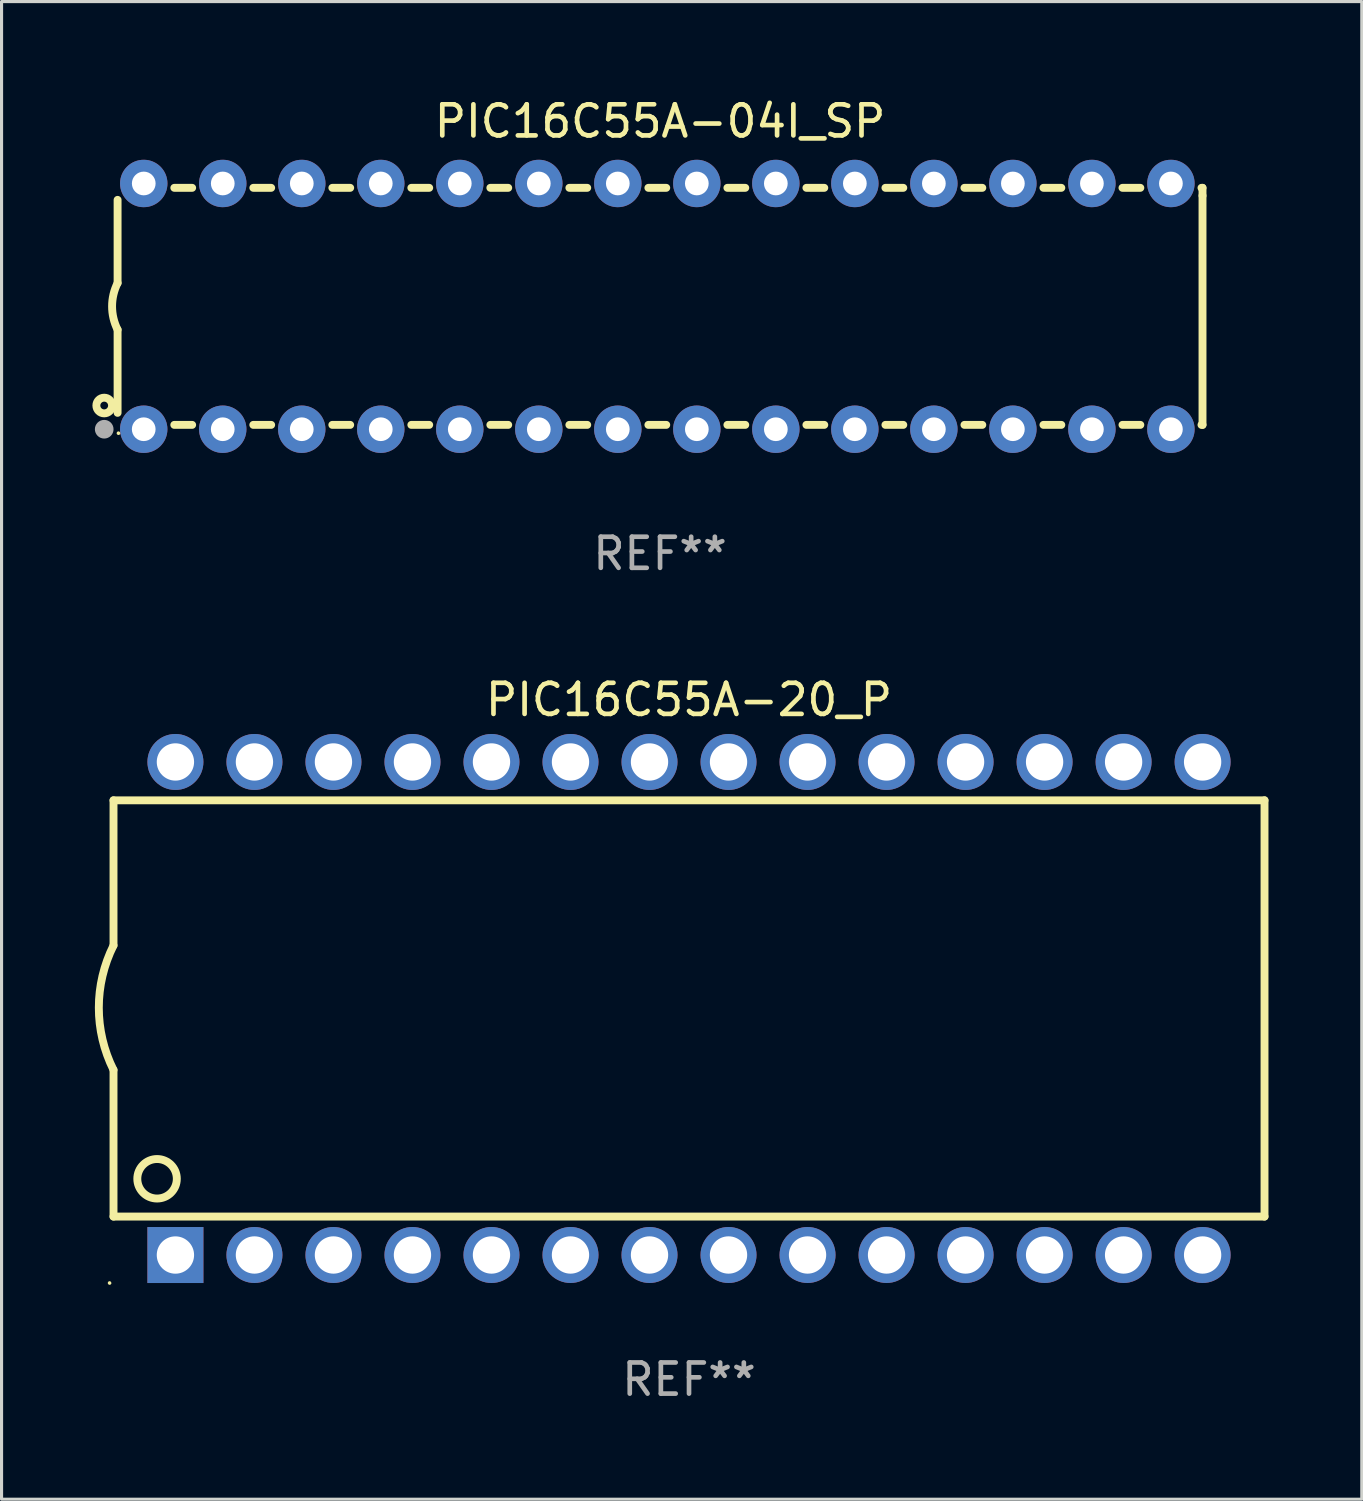
<source format=kicad_pcb>
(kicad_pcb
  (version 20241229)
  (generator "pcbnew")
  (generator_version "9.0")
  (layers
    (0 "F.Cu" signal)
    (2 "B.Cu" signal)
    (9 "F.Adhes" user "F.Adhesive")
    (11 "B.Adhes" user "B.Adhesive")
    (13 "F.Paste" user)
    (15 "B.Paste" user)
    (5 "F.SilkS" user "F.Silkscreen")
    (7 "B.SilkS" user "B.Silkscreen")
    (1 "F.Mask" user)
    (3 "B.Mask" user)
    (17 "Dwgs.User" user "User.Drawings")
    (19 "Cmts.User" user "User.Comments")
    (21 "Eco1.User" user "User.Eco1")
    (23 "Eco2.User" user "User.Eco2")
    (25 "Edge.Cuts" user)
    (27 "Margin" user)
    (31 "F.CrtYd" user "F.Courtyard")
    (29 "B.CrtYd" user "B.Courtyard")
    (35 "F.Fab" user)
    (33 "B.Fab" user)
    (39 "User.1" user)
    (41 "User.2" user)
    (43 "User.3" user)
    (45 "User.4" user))
  (footprint "PIC16C55A-04I_SP"
    (layer "F.Cu")
    (at 18.168 6.798)
    (property "Reference" "PIC16C55A-04I_SP" (at 0 -5.95 0) (layer "F.SilkS") (effects (font (size 1 1) (thickness 0.15))))
    (attr through_hole)
    (fp_line (start -17.438 0.75) (end -17.438 3.423) (stroke (width 0.254) (type solid)) (layer "F.SilkS"))
    (fp_line (start -17.438 -3.423) (end -17.438 -0.75) (stroke (width 0.254) (type solid)) (layer "F.SilkS"))
    (fp_line (start -15.615 3.81) (end -15.041 3.81) (stroke (width 0.254) (type solid)) (layer "F.SilkS"))
    (fp_line (start -15.041 -3.81) (end -15.614 -3.81) (stroke (width 0.254) (type solid)) (layer "F.SilkS"))
    (fp_line (start -13.075 3.81) (end -12.501 3.81) (stroke (width 0.254) (type solid)) (layer "F.SilkS"))
    (fp_line (start -12.501 -3.81) (end -13.074 -3.81) (stroke (width 0.254) (type solid)) (layer "F.SilkS"))
    (fp_line (start -10.535 3.81) (end -9.961 3.81) (stroke (width 0.254) (type solid)) (layer "F.SilkS"))
    (fp_line (start -9.961 -3.81) (end -10.534 -3.81) (stroke (width 0.254) (type solid)) (layer "F.SilkS"))
    (fp_line (start -7.995 3.81) (end -7.421 3.81) (stroke (width 0.254) (type solid)) (layer "F.SilkS"))
    (fp_line (start -7.421 -3.81) (end -7.995 -3.81) (stroke (width 0.254) (type solid)) (layer "F.SilkS"))
    (fp_line (start -5.455 3.81) (end -4.881 3.81) (stroke (width 0.254) (type solid)) (layer "F.SilkS"))
    (fp_line (start -4.881 -3.81) (end -5.455 -3.81) (stroke (width 0.254) (type solid)) (layer "F.SilkS"))
    (fp_line (start -2.915 3.81) (end -2.341 3.81) (stroke (width 0.254) (type solid)) (layer "F.SilkS"))
    (fp_line (start -2.341 -3.81) (end -2.915 -3.81) (stroke (width 0.254) (type solid)) (layer "F.SilkS"))
    (fp_line (start -0.375 3.81) (end 0.199 3.81) (stroke (width 0.254) (type solid)) (layer "F.SilkS"))
    (fp_line (start 0.199 -3.81) (end -0.375 -3.81) (stroke (width 0.254) (type solid)) (layer "F.SilkS"))
    (fp_line (start 2.165 3.81) (end 2.739 3.81) (stroke (width 0.254) (type solid)) (layer "F.SilkS"))
    (fp_line (start 2.739 -3.81) (end 2.165 -3.81) (stroke (width 0.254) (type solid)) (layer "F.SilkS"))
    (fp_line (start 4.705 3.81) (end 5.279 3.81) (stroke (width 0.254) (type solid)) (layer "F.SilkS"))
    (fp_line (start 5.279 -3.81) (end 4.705 -3.81) (stroke (width 0.254) (type solid)) (layer "F.SilkS"))
    (fp_line (start 7.245 3.81) (end 7.819 3.81) (stroke (width 0.254) (type solid)) (layer "F.SilkS"))
    (fp_line (start 7.819 -3.81) (end 7.245 -3.81) (stroke (width 0.254) (type solid)) (layer "F.SilkS"))
    (fp_line (start 9.785 3.81) (end 10.359 3.81) (stroke (width 0.254) (type solid)) (layer "F.SilkS"))
    (fp_line (start 10.359 -3.81) (end 9.785 -3.81) (stroke (width 0.254) (type solid)) (layer "F.SilkS"))
    (fp_line (start 12.325 3.81) (end 12.899 3.81) (stroke (width 0.254) (type solid)) (layer "F.SilkS"))
    (fp_line (start 12.899 -3.81) (end 12.325 -3.81) (stroke (width 0.254) (type solid)) (layer "F.SilkS"))
    (fp_line (start 14.865 3.81) (end 15.439 3.81) (stroke (width 0.254) (type solid)) (layer "F.SilkS"))
    (fp_line (start 15.439 -3.81) (end 14.865 -3.81) (stroke (width 0.254) (type solid)) (layer "F.SilkS"))
    (fp_line (start 17.405 3.81) (end 17.438 3.81) (stroke (width 0.254) (type solid)) (layer "F.SilkS"))
    (fp_line (start 17.438 -3.81) (end 17.405 -3.81) (stroke (width 0.254) (type solid)) (layer "F.SilkS"))
    (fp_line (start 17.438 -3.556) (end 17.438 -3.81) (stroke (width 0.254) (type solid)) (layer "F.SilkS"))
    (fp_line (start 17.438 3.81) (end 17.438 -3.556) (stroke (width 0.254) (type solid)) (layer "F.SilkS"))
    (fp_arc (start -17.437986 0.749657) (mid -17.614887 -0.000024) (end -17.437783 -0.749657) (stroke (width 0.254001) (type solid)) (layer "F.SilkS"))
    (fp_circle (center -17.868 3.188) (end -17.743 3.188) (stroke (width 0.254) (type solid)) (fill no) (layer "F.SilkS"))
    (fp_circle (center -17.411 4.077) (end -17.381 4.077) (stroke (width 0.06) (type solid)) (fill no) (layer "F.SilkS"))
    (fp_circle (center -17.868 3.95) (end -17.718 3.95) (stroke (width 0.3) (type solid)) (fill no) (layer "F.Fab"))
    (fp_text user "REF**" (at 0 7.95 0) (layer "F.Fab") (effects (font (size 1 1) (thickness 0.15))))
    (pad "1" thru_hole circle (at -16.598 3.95) (size 1.524 1.524) (drill 0.762) (layers "*.Cu" "*.Mask"))
    (pad "2" thru_hole circle (at -14.058 3.95) (size 1.524 1.524) (drill 0.762) (layers "*.Cu" "*.Mask"))
    (pad "3" thru_hole circle (at -11.518 3.95) (size 1.524 1.524) (drill 0.762) (layers "*.Cu" "*.Mask"))
    (pad "4" thru_hole circle (at -8.978 3.95) (size 1.524 1.524) (drill 0.762) (layers "*.Cu" "*.Mask"))
    (pad "5" thru_hole circle (at -6.438 3.95) (size 1.524 1.524) (drill 0.762) (layers "*.Cu" "*.Mask"))
    (pad "6" thru_hole circle (at -3.898 3.95) (size 1.524 1.524) (drill 0.762) (layers "*.Cu" "*.Mask"))
    (pad "7" thru_hole circle (at -1.358 3.95) (size 1.524 1.524) (drill 0.762) (layers "*.Cu" "*.Mask"))
    (pad "8" thru_hole circle (at 1.182 3.95) (size 1.524 1.524) (drill 0.762) (layers "*.Cu" "*.Mask"))
    (pad "9" thru_hole circle (at 3.722 3.95) (size 1.524 1.524) (drill 0.762) (layers "*.Cu" "*.Mask"))
    (pad "10" thru_hole circle (at 6.262 3.95) (size 1.524 1.524) (drill 0.762) (layers "*.Cu" "*.Mask"))
    (pad "11" thru_hole circle (at 8.802 3.95) (size 1.524 1.524) (drill 0.762) (layers "*.Cu" "*.Mask"))
    (pad "12" thru_hole circle (at 11.342 3.95) (size 1.524 1.524) (drill 0.762) (layers "*.Cu" "*.Mask"))
    (pad "13" thru_hole circle (at 13.882 3.95) (size 1.524 1.524) (drill 0.762) (layers "*.Cu" "*.Mask"))
    (pad "14" thru_hole circle (at 16.422 3.95) (size 1.524 1.524) (drill 0.762) (layers "*.Cu" "*.Mask"))
    (pad "15" thru_hole circle (at 16.422 -3.95) (size 1.524 1.524) (drill 0.762) (layers "*.Cu" "*.Mask"))
    (pad "16" thru_hole circle (at 13.882 -3.95) (size 1.524 1.524) (drill 0.762) (layers "*.Cu" "*.Mask"))
    (pad "17" thru_hole circle (at 11.342 -3.95) (size 1.524 1.524) (drill 0.762) (layers "*.Cu" "*.Mask"))
    (pad "18" thru_hole circle (at 8.802 -3.95) (size 1.524 1.524) (drill 0.762) (layers "*.Cu" "*.Mask"))
    (pad "19" thru_hole circle (at 6.262 -3.95) (size 1.524 1.524) (drill 0.762) (layers "*.Cu" "*.Mask"))
    (pad "20" thru_hole circle (at 3.722 -3.95) (size 1.524 1.524) (drill 0.762) (layers "*.Cu" "*.Mask"))
    (pad "21" thru_hole circle (at 1.182 -3.95) (size 1.524 1.524) (drill 0.762) (layers "*.Cu" "*.Mask"))
    (pad "22" thru_hole circle (at -1.358 -3.95) (size 1.524 1.524) (drill 0.762) (layers "*.Cu" "*.Mask"))
    (pad "23" thru_hole circle (at -3.898 -3.95) (size 1.524 1.524) (drill 0.762) (layers "*.Cu" "*.Mask"))
    (pad "24" thru_hole circle (at -6.438 -3.95) (size 1.524 1.524) (drill 0.762) (layers "*.Cu" "*.Mask"))
    (pad "25" thru_hole circle (at -8.978 -3.95) (size 1.524 1.524) (drill 0.762) (layers "*.Cu" "*.Mask"))
    (pad "26" thru_hole circle (at -11.517 -3.95) (size 1.524 1.524) (drill 0.762) (layers "*.Cu" "*.Mask"))
    (pad "27" thru_hole circle (at -14.057 -3.95) (size 1.524 1.524) (drill 0.762) (layers "*.Cu" "*.Mask"))
    (pad "28" thru_hole circle (at -16.597 -3.95) (size 1.524 1.524) (drill 0.762) (layers "*.Cu" "*.Mask")))
  (footprint "PIC16C55A-20_P"
    (layer "F.Cu")
    (at 19.099 29.369)
    (property "Reference" "PIC16C55A-20_P" (at 0 -9.925 0) (layer "F.SilkS") (effects (font (size 1 1) (thickness 0.15))))
    (attr through_hole)
    (fp_line (start -18.5 -6.692) (end -18.5 -2.026) (stroke (width 0.254) (type solid)) (layer "F.SilkS"))
    (fp_line (start -18.5 6.689) (end -18.5 1.974) (stroke (width 0.254) (type solid)) (layer "F.SilkS"))
    (fp_line (start -18.5 6.689) (end 18.5 6.689) (stroke (width 0.254) (type solid)) (layer "F.SilkS"))
    (fp_line (start 18.5 -6.692) (end -18.5 -6.692) (stroke (width 0.254) (type solid)) (layer "F.SilkS"))
    (fp_line (start 18.5 6.689) (end 18.5 -6.692) (stroke (width 0.254) (type solid)) (layer "F.SilkS"))
    (fp_arc (start -18.500051 1.974346) (mid -18.972187 -0.025654) (end -18.500051 -2.025654) (stroke (width 0.254001) (type solid)) (layer "F.SilkS"))
    (fp_circle (center -18.627 8.824) (end -18.597 8.824) (stroke (width 0.06) (type solid)) (fill no) (layer "F.SilkS"))
    (fp_circle (center -17.1 5.474) (end -16.465 5.474) (stroke (width 0.254) (type solid)) (fill no) (layer "F.SilkS"))
    (fp_text user "REF**" (at 0 11.925 0) (layer "F.Fab") (effects (font (size 1 1) (thickness 0.15))))
    (pad "1" thru_hole rect (at -16.51 7.925) (size 1.8 1.8) (drill 1.2) (layers "*.Cu" "*.Mask"))
    (pad "2" thru_hole circle (at -13.97 7.924) (size 1.8 1.8) (drill 1.2) (layers "*.Cu" "*.Mask"))
    (pad "3" thru_hole circle (at -11.43 7.924) (size 1.8 1.8) (drill 1.2) (layers "*.Cu" "*.Mask"))
    (pad "4" thru_hole circle (at -8.89 7.924) (size 1.8 1.8) (drill 1.2) (layers "*.Cu" "*.Mask"))
    (pad "5" thru_hole circle (at -6.35 7.924) (size 1.8 1.8) (drill 1.2) (layers "*.Cu" "*.Mask"))
    (pad "6" thru_hole circle (at -3.81 7.924) (size 1.8 1.8) (drill 1.2) (layers "*.Cu" "*.Mask"))
    (pad "7" thru_hole circle (at -1.27 7.924) (size 1.8 1.8) (drill 1.2) (layers "*.Cu" "*.Mask"))
    (pad "8" thru_hole circle (at 1.27 7.924) (size 1.8 1.8) (drill 1.2) (layers "*.Cu" "*.Mask"))
    (pad "9" thru_hole circle (at 3.81 7.924) (size 1.8 1.8) (drill 1.2) (layers "*.Cu" "*.Mask"))
    (pad "10" thru_hole circle (at 6.35 7.924) (size 1.8 1.8) (drill 1.2) (layers "*.Cu" "*.Mask"))
    (pad "11" thru_hole circle (at 8.89 7.924) (size 1.8 1.8) (drill 1.2) (layers "*.Cu" "*.Mask"))
    (pad "12" thru_hole circle (at 11.43 7.924) (size 1.8 1.8) (drill 1.2) (layers "*.Cu" "*.Mask"))
    (pad "13" thru_hole circle (at 13.97 7.924) (size 1.8 1.8) (drill 1.2) (layers "*.Cu" "*.Mask"))
    (pad "14" thru_hole circle (at 16.51 7.924) (size 1.8 1.8) (drill 1.2) (layers "*.Cu" "*.Mask"))
    (pad "15" thru_hole circle (at 16.51 -7.925) (size 1.8 1.8) (drill 1.2) (layers "*.Cu" "*.Mask"))
    (pad "16" thru_hole circle (at 13.97 -7.925) (size 1.8 1.8) (drill 1.2) (layers "*.Cu" "*.Mask"))
    (pad "17" thru_hole circle (at 11.43 -7.925) (size 1.8 1.8) (drill 1.2) (layers "*.Cu" "*.Mask"))
    (pad "18" thru_hole circle (at 8.89 -7.925) (size 1.8 1.8) (drill 1.2) (layers "*.Cu" "*.Mask"))
    (pad "19" thru_hole circle (at 6.35 -7.925) (size 1.8 1.8) (drill 1.2) (layers "*.Cu" "*.Mask"))
    (pad "20" thru_hole circle (at 3.81 -7.925) (size 1.8 1.8) (drill 1.2) (layers "*.Cu" "*.Mask"))
    (pad "21" thru_hole circle (at 1.27 -7.925) (size 1.8 1.8) (drill 1.2) (layers "*.Cu" "*.Mask"))
    (pad "22" thru_hole circle (at -1.27 -7.925) (size 1.8 1.8) (drill 1.2) (layers "*.Cu" "*.Mask"))
    (pad "23" thru_hole circle (at -3.81 -7.925) (size 1.8 1.8) (drill 1.2) (layers "*.Cu" "*.Mask"))
    (pad "24" thru_hole circle (at -6.35 -7.925) (size 1.8 1.8) (drill 1.2) (layers "*.Cu" "*.Mask"))
    (pad "25" thru_hole circle (at -8.89 -7.925) (size 1.8 1.8) (drill 1.2) (layers "*.Cu" "*.Mask"))
    (pad "26" thru_hole circle (at -11.43 -7.925) (size 1.8 1.8) (drill 1.2) (layers "*.Cu" "*.Mask"))
    (pad "27" thru_hole circle (at -13.97 -7.925) (size 1.8 1.8) (drill 1.2) (layers "*.Cu" "*.Mask"))
    (pad "28" thru_hole circle (at -16.51 -7.925) (size 1.8 1.8) (drill 1.2) (layers "*.Cu" "*.Mask")))
  (gr_rect
    (start -3 -3)
    (end 40.726 45.143)
    (stroke (width 0.1) (type default))
    (fill no)
    (layer "Edge.Cuts")))
</source>
